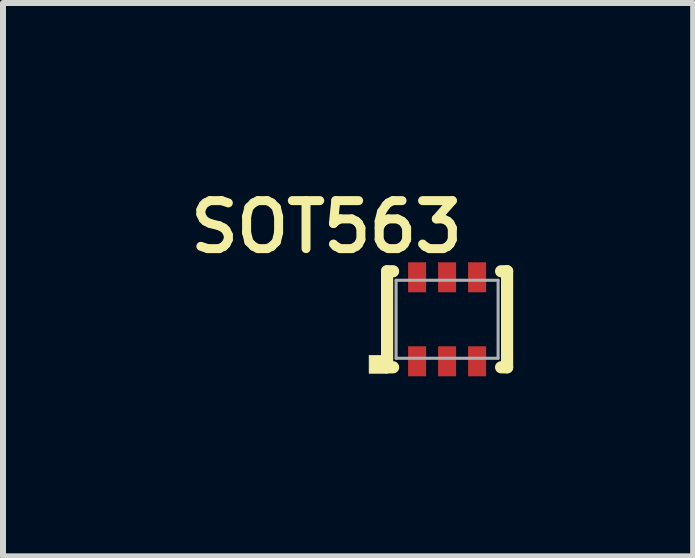
<source format=kicad_pcb>
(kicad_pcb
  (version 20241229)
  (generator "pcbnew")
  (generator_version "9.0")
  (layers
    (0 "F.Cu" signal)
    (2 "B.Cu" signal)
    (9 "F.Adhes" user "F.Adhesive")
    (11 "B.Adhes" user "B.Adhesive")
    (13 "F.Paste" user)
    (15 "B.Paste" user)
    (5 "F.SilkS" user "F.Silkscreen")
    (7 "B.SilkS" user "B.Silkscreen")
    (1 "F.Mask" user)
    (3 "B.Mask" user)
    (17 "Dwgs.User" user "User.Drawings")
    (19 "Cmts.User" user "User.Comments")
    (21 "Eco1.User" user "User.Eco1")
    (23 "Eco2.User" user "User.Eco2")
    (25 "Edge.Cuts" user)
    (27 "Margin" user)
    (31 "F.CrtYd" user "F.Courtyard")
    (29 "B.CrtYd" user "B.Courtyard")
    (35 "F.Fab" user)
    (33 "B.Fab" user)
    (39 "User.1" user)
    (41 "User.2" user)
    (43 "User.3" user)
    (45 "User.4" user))
  (footprint "SOT563"
    (layer "F.Cu")
    (at 4.401 2.271)
    (property "Reference" "SOT563" (at -2.008 -1.54 180) (layer "F.SilkS") (effects (font (size 0.8 0.8) (thickness 0.15))))
    (attr smd)
    (fp_line (start -1 -0.8) (end -1 0.8) (stroke (width 0.203) (type solid)) (layer "F.SilkS"))
    (fp_line (start -1 0.8) (end -0.9 0.8) (stroke (width 0.203) (type solid)) (layer "F.SilkS"))
    (fp_line (start -0.9 -0.8) (end -1 -0.8) (stroke (width 0.203) (type solid)) (layer "F.SilkS"))
    (fp_line (start 0.9 -0.8) (end 1 -0.8) (stroke (width 0.203) (type solid)) (layer "F.SilkS"))
    (fp_line (start 1 -0.8) (end 1 0.8) (stroke (width 0.203) (type solid)) (layer "F.SilkS"))
    (fp_line (start 1 0.8) (end 0.9 0.8) (stroke (width 0.203) (type solid)) (layer "F.SilkS"))
    (fp_poly (pts (xy -1.3 0.6) (xy -1 0.6) (xy -1 0.9) (xy -1.3 0.9)) (stroke (width 0.01) (type solid)) (fill yes) (layer "F.SilkS"))
    (fp_line (start -0.85 -0.65) (end 0.85 -0.65) (stroke (width 0.051) (type solid)) (layer "F.Fab"))
    (fp_line (start -0.85 0.65) (end -0.85 -0.65) (stroke (width 0.051) (type solid)) (layer "F.Fab"))
    (fp_line (start 0.85 -0.65) (end 0.85 0.65) (stroke (width 0.051) (type solid)) (layer "F.Fab"))
    (fp_line (start 0.85 0.65) (end -0.85 0.65) (stroke (width 0.051) (type solid)) (layer "F.Fab"))
    (pad "1" smd rect (at -0.5 0.7 90) (size 0.5 0.3) (layers "F.Cu" "F.Mask" "F.Paste"))
    (pad "2" smd rect (at 0 0.7 90) (size 0.5 0.3) (layers "F.Cu" "F.Mask" "F.Paste"))
    (pad "3" smd rect (at 0.5 0.7 90) (size 0.5 0.3) (layers "F.Cu" "F.Mask" "F.Paste"))
    (pad "4" smd rect (at 0.5 -0.7 90) (size 0.5 0.3) (layers "F.Cu" "F.Mask" "F.Paste"))
    (pad "5" smd rect (at 0 -0.7 90) (size 0.5 0.3) (layers "F.Cu" "F.Mask" "F.Paste"))
    (pad "6" smd rect (at -0.5 -0.7 90) (size 0.5 0.3) (layers "F.Cu" "F.Mask" "F.Paste")))
  (gr_rect
    (start -3 -3)
    (end 8.502 6.221)
    (stroke (width 0.1) (type default))
    (fill no)
    (layer "Edge.Cuts")))
</source>
